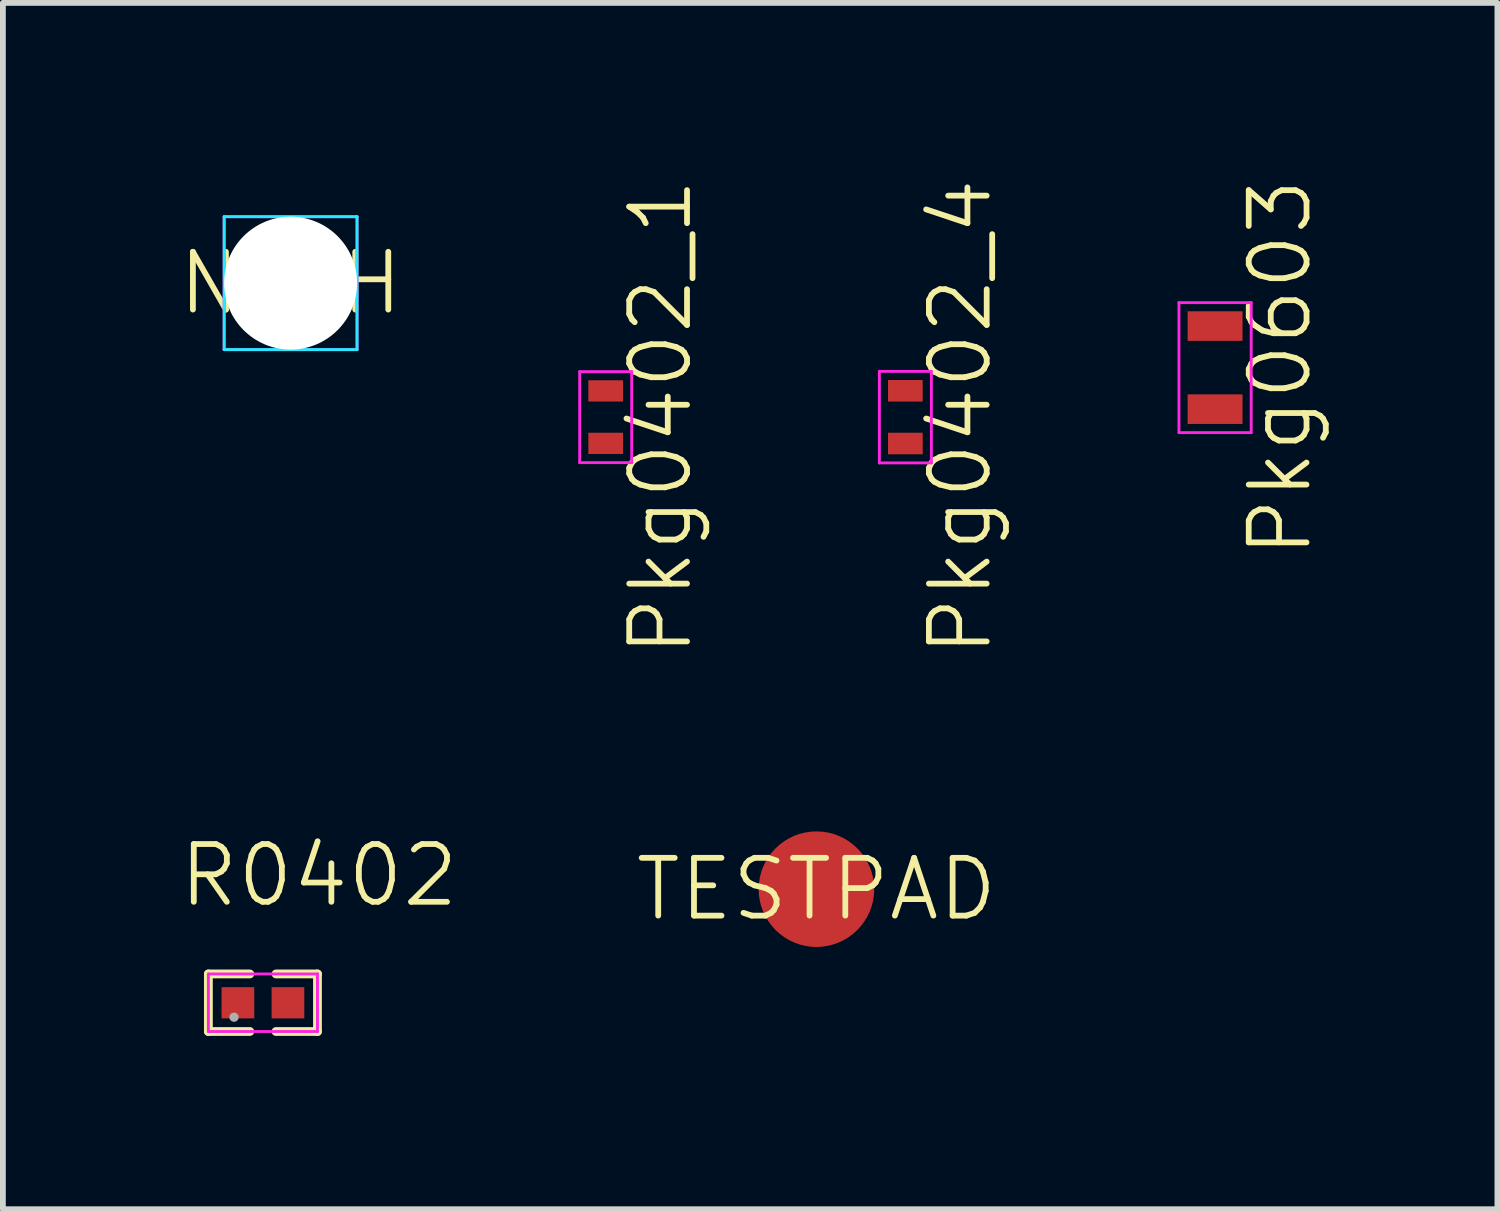
<source format=kicad_pcb>
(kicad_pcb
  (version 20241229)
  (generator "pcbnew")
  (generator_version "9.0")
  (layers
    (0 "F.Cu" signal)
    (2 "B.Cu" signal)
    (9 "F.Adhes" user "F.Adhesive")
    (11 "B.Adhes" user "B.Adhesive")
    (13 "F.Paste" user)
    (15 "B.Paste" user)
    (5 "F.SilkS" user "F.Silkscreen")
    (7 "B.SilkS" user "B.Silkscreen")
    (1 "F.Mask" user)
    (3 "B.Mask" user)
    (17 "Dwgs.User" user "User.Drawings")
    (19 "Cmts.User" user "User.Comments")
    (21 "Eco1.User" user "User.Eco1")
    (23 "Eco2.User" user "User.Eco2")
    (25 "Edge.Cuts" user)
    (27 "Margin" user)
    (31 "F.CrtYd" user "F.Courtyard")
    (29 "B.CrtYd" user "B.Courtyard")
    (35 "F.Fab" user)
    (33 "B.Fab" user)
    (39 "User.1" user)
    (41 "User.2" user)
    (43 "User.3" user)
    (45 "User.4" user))
  (footprint "NPTH"
    (layer "F.Cu")
    (at 1.979 1.85)
    (property "Reference" "NPTH" (at 0 0 0) (layer "F.SilkS") (effects (font (size 1 1) (thickness 0.1))))
    (fp_line (start -1.15 -1.15) (end -1.15 1.15) (stroke (width 0.05) (type solid)) (layer "B.CrtYd"))
    (fp_line (start -1.15 1.15) (end 1.15 1.15) (stroke (width 0.05) (type solid)) (layer "B.CrtYd"))
    (fp_line (start 1.15 -1.15) (end -1.15 -1.15) (stroke (width 0.05) (type solid)) (layer "B.CrtYd"))
    (fp_line (start 1.15 1.15) (end 1.15 -1.15) (stroke (width 0.05) (type solid)) (layer "B.CrtYd"))
    (fp_line (start -1.15 -1.15) (end -1.15 1.15) (stroke (width 0.05) (type solid)) (layer "F.CrtYd"))
    (fp_line (start -1.15 1.15) (end 1.15 1.15) (stroke (width 0.05) (type solid)) (layer "F.CrtYd"))
    (fp_line (start 1.15 -1.15) (end -1.15 -1.15) (stroke (width 0.05) (type solid)) (layer "F.CrtYd"))
    (fp_line (start 1.15 1.15) (end 1.15 -1.15) (stroke (width 0.05) (type solid)) (layer "F.CrtYd"))
    (pad "" np_thru_hole circle (at 0 0) (size 2.3 2.3) (drill 2.3) (layers "*.Cu" "*.Mask"))
    (pad "" smd circle (at 0 0) (size 3.7 3.7) (layers "*.Mask")))
  (footprint "Pkg0402_1"
    (layer "F.Cu")
    (at 7.432 4.169)
    (property "Reference" "Pkg0402_1" (at 0.95 0 90) (layer "F.SilkS") (effects (font (size 1 1) (thickness 0.1))))
    (fp_line (start -0.45 -0.787) (end -0.45 0.787) (stroke (width 0.05) (type solid)) (layer "F.CrtYd"))
    (fp_line (start -0.45 0.787) (end 0.45 0.787) (stroke (width 0.05) (type solid)) (layer "F.CrtYd"))
    (fp_line (start 0.45 -0.787) (end -0.45 -0.787) (stroke (width 0.05) (type solid)) (layer "F.CrtYd"))
    (fp_line (start 0.45 0.787) (end 0.45 -0.787) (stroke (width 0.05) (type solid)) (layer "F.CrtYd"))
    (pad "1" smd rect (at 0 -0.454) (size 0.6 0.368) (layers "F.Cu" "F.Mask" "F.Paste"))
    (pad "2" smd rect (at 0 0.454) (size 0.6 0.368) (layers "F.Cu" "F.Mask" "F.Paste")))
  (footprint "Pkg0402_4"
    (layer "F.Cu")
    (at 12.618 4.169)
    (property "Reference" "Pkg0402_4" (at 0.95 0 90) (layer "F.SilkS") (effects (font (size 1 1) (thickness 0.1))))
    (fp_line (start -0.45 -0.792) (end -0.45 0.792) (stroke (width 0.05) (type solid)) (layer "F.CrtYd"))
    (fp_line (start -0.45 0.792) (end 0.45 0.792) (stroke (width 0.05) (type solid)) (layer "F.CrtYd"))
    (fp_line (start 0.45 -0.792) (end -0.45 -0.792) (stroke (width 0.05) (type solid)) (layer "F.CrtYd"))
    (fp_line (start 0.45 0.792) (end 0.45 -0.792) (stroke (width 0.05) (type solid)) (layer "F.CrtYd"))
    (pad "1" smd rect (at 0 -0.456) (size 0.6 0.373) (layers "F.Cu" "F.Mask" "F.Paste"))
    (pad "2" smd rect (at 0 0.456) (size 0.6 0.373) (layers "F.Cu" "F.Mask" "F.Paste")))
  (footprint "TESTPAD"
    (layer "F.Cu")
    (at 11.079 12.338)
    (property "Reference" "TESTPAD" (at 0 0 0) (layer "F.SilkS") (effects (font (size 1 1) (thickness 0.1))))
    (pad "tp" smd circle (at 0 0) (size 2 2) (layers "F.Cu" "F.Mask")))
  (footprint "R0402"
    (layer "F.Cu")
    (at 1.5 14.303)
    (property "Reference" "R0402" (at -1.5 -2.204 0) (layer "F.SilkS") (effects (font (size 1 1) (thickness 0.1)) (justify left)))
    (fp_line (start -0.944 -0.498) (end -0.226 -0.498) (stroke (width 0.152) (type solid)) (layer "F.SilkS"))
    (fp_line (start -0.944 0.498) (end -0.944 -0.498) (stroke (width 0.152) (type solid)) (layer "F.SilkS"))
    (fp_line (start -0.226 0.498) (end -0.944 0.498) (stroke (width 0.152) (type solid)) (layer "F.SilkS"))
    (fp_line (start 0.226 0.498) (end 0.944 0.498) (stroke (width 0.152) (type solid)) (layer "F.SilkS"))
    (fp_line (start 0.944 -0.498) (end 0.226 -0.498) (stroke (width 0.152) (type solid)) (layer "F.SilkS"))
    (fp_line (start 0.944 0.498) (end 0.944 -0.498) (stroke (width 0.152) (type solid)) (layer "F.SilkS"))
    (fp_poly (pts (xy -0.135 0.231) (xy -0.135 -0.23) (xy -0.175 -0.27) (xy -0.676 -0.27) (xy -0.716 -0.23) (xy -0.716 0.231) (xy -0.676 0.271) (xy -0.175 0.271)) (stroke (width 0) (type solid)) (fill yes) (layer "F.Paste"))
    (fp_poly (pts (xy 0.135 0.231) (xy 0.135 -0.23) (xy 0.175 -0.27) (xy 0.676 -0.27) (xy 0.716 -0.23) (xy 0.716 0.231) (xy 0.676 0.271) (xy 0.175 0.271)) (stroke (width 0) (type solid)) (fill yes) (layer "F.Paste"))
    (fp_line (start -0.944 -0.498) (end -0.944 0.498) (stroke (width 0.05) (type solid)) (layer "F.CrtYd"))
    (fp_line (start -0.944 0.498) (end 0.944 0.498) (stroke (width 0.05) (type solid)) (layer "F.CrtYd"))
    (fp_line (start 0.944 -0.498) (end -0.944 -0.498) (stroke (width 0.05) (type solid)) (layer "F.CrtYd"))
    (fp_line (start 0.944 0.498) (end 0.944 -0.498) (stroke (width 0.05) (type solid)) (layer "F.CrtYd"))
    (fp_poly (pts (xy -0.47 0.251) (xy -0.471 0.245) (xy -0.472 0.239) (xy -0.475 0.234) (xy -0.479 0.229) (xy -0.483 0.226) (xy -0.489 0.223) (xy -0.494 0.221) (xy -0.5 0.221) (xy -0.506 0.221) (xy -0.511 0.223) (xy -0.517 0.226) (xy -0.521 0.229) (xy -0.525 0.234) (xy -0.528 0.239) (xy -0.529 0.245) (xy -0.53 0.251) (xy -0.529 0.256) (xy -0.528 0.262) (xy -0.525 0.267) (xy -0.521 0.272) (xy -0.517 0.275) (xy -0.511 0.278) (xy -0.506 0.28) (xy -0.5 0.281) (xy -0.494 0.28) (xy -0.489 0.278) (xy -0.483 0.275) (xy -0.479 0.272) (xy -0.475 0.267) (xy -0.472 0.262) (xy -0.471 0.256)) (stroke (width 0.1) (type solid)) (fill no) (layer "F.Fab"))
    (pad "1" smd rect (at -0.433 0.001) (size 0.566 0.54) (layers "F.Cu" "F.Mask"))
    (pad "2" smd rect (at 0.433 0.001) (size 0.566 0.54) (layers "F.Cu" "F.Mask")))
  (footprint "Pkg0603"
    (layer "F.Cu")
    (at 17.978 3.312)
    (property "Reference" "Pkg0603" (at 1.125 0 90) (layer "F.SilkS") (effects (font (size 1 1) (thickness 0.1))))
    (fp_line (start -0.625 -1.125) (end -0.625 1.125) (stroke (width 0.05) (type solid)) (layer "F.CrtYd"))
    (fp_line (start -0.625 1.125) (end 0.625 1.125) (stroke (width 0.05) (type solid)) (layer "F.CrtYd"))
    (fp_line (start 0.625 -1.125) (end -0.625 -1.125) (stroke (width 0.05) (type solid)) (layer "F.CrtYd"))
    (fp_line (start 0.625 1.125) (end 0.625 -1.125) (stroke (width 0.05) (type solid)) (layer "F.CrtYd"))
    (pad "1" smd rect (at 0 -0.719) (size 0.95 0.512) (layers "F.Cu" "F.Mask" "F.Paste"))
    (pad "2" smd rect (at 0 0.719) (size 0.95 0.512) (layers "F.Cu" "F.Mask" "F.Paste")))
  (gr_rect
    (start -3 -3)
    (end 22.864 17.877)
    (stroke (width 0.1) (type default))
    (fill no)
    (layer "Edge.Cuts")))
</source>
